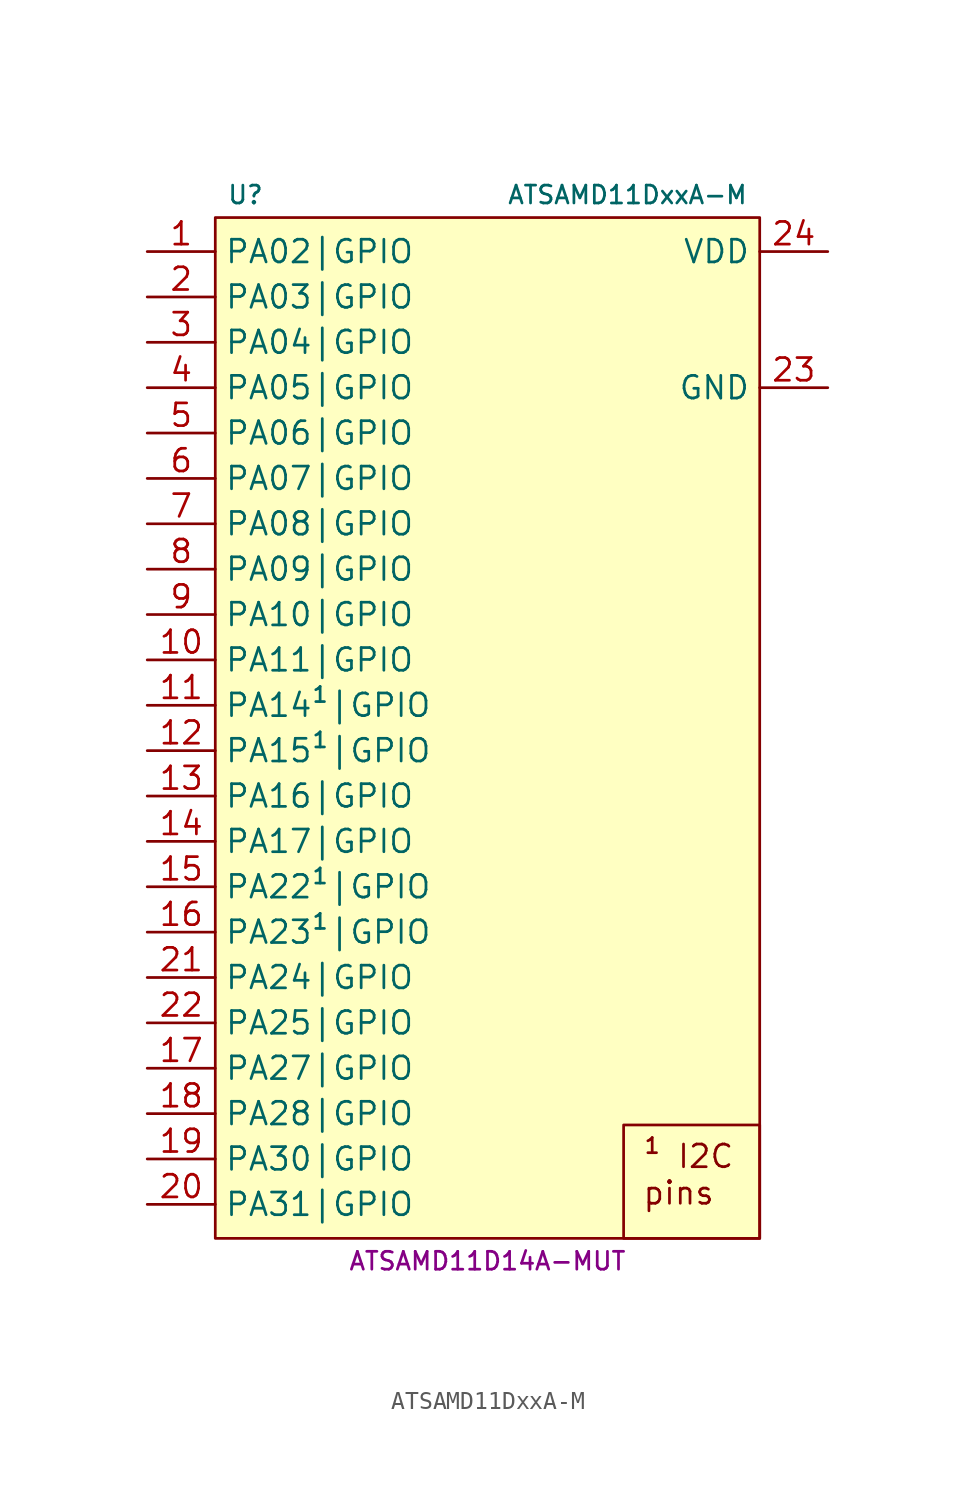
<source format=kicad_sym>
(kicad_symbol_lib
  (version 20231120)
  (generator "kicad_symbol_editor")
  (generator_version "8.0")
  (symbol "ATSAMD11DxxA-M"
    (property "Reference" "U"
      (at -14.605 28.575 0)
      (do_not_autoplace)
      (effects (font (size 1 1)) (justify left)))
    (property "Value" "ATSAMD11DxxA-M"
      (at 14.605 28.575 0)
      (do_not_autoplace)
      (effects (font (size 1 1)) (justify right)))
    (property "MPN" "ATSAMD11D14A-MUT"
      (at 0 -31.115 0)
      (do_not_autoplace)
      (effects (font (size 1 1))))
    (symbol "ATSAMD11DxxA-M_0_1"
      (rectangle (start -15.24 27.305) (end 15.24 -29.845) (stroke (width 0.152) (type default)) (fill (type background))))
    (symbol "ATSAMD11DxxA-M_1_1"
      (text_box "¹ I2C pins" (at 7.62 -23.495 0) (size 7.62 -6.35) (stroke (width 0) (type default)) (fill (type none)) (effects (font (size 1.27 1.27)) (justify left top)))
      (pin bidirectional line (at -19.05 25.4 0) (length 3.81) (name "PA02|GPIO" (effects (font (size 1.27 1.27)))) (number "1" (effects (font (size 1.27 1.27)))) (alternate "PA02|A:EXTINT.2" input line) (alternate "PA02|B:ADC.IN0" input line) (alternate "PA02|B:DAC.VOUT" output line) (alternate "PA02|B:PTC.Y0" bidirectional line))
      (pin bidirectional line (at -19.05 2.54 0) (length 3.81) (name "PA11|GPIO" (effects (font (size 1.27 1.27)))) (number "10" (effects (font (size 1.27 1.27)))) (alternate "PA11|A:EXTINT.3" input line) (alternate "PA11|B:AC.CMP1" output line) (alternate "PA11|B:ADC.IN9" input line) (alternate "PA11|B:PTC.X3" input line) (alternate "PA11|B:PTC.Y9" bidirectional line) (alternate "PA11|C1:SERCOM0.SCK" bidirectional clock) (alternate "PA11|C1:SERCOM0.XCK" bidirectional clock) (alternate "PA11|C2:SERCOM0.MO/SO" output line) (alternate "PA11|C2:SERCOM0.~{CTS}" input inverted) (alternate "PA11|C3:SERCOM0.MI/SI" input line) (alternate "PA11|C3:SERCOM0.RX" input line) (alternate "PA11|C3:SERCOM0.SCK" bidirectional clock) (alternate "PA11|C:SERCOM0.PAD3" bidirectional line) (alternate "PA11|D1:SERCOM2.SCK" bidirectional clock) (alternate "PA11|D1:SERCOM2.XCK" bidirectional clock) (alternate "PA11|D2:SERCOM2.MO/SO" output line) (alternate "PA11|D2:SERCOM2.~{CTS}" input inverted) (alternate "PA11|D3:SERCOM2.MI/SI" input line) (alternate "PA11|D3:SERCOM2.RX" input line) (alternate "PA11|D3:SERCOM2.SCK" bidirectional clock) (alternate "PA11|D:SERCOM2.PAD3" bidirectional line) (alternate "PA11|E:TC2.WO1" output line) (alternate "PA11|F:TCC0.WO3" output line) (alternate "PA11|H:GCLK.IO5" bidirectional clock))
      (pin bidirectional line (at -19.05 0 0) (length 3.81) (name "PA14¹|GPIO" (effects (font (size 1.27 1.27)))) (number "11" (effects (font (size 1.27 1.27)))) (alternate "PA14¹|A:NMI" input line) (alternate "PA14¹|B:AC.CMP0" output line) (alternate "PA14¹|B:ADC.IN6" input line) (alternate "PA14¹|B:PTC.X0" input line) (alternate "PA14¹|B:PTC.Y6" bidirectional line) (alternate "PA14¹|C0:SERCOM0.MI/SI" input line) (alternate "PA14¹|C0:SERCOM0.MO/SO" output line) (alternate "PA14¹|C0:SERCOM0.RX" input line) (alternate "PA14¹|C0:SERCOM0.TX" output line) (alternate "PA14¹|C2:SERCOM0.TX" output line) (alternate "PA14¹|C3:SERCOM0.MO/SO" output line) (alternate "PA14¹|C:SERCOM0.PAD0" bidirectional line) (alternate "PA14¹|C:SERCOM0.SDA" open_collector line) (alternate "PA14¹|D0:SERCOM2.MI/SI" input line) (alternate "PA14¹|D0:SERCOM2.MO/SO" output line) (alternate "PA14¹|D0:SERCOM2.RX" input line) (alternate "PA14¹|D0:SERCOM2.TX" output line) (alternate "PA14¹|D2:SERCOM2.TX" output line) (alternate "PA14¹|D3:SERCOM2.MO/SO" output line) (alternate "PA14¹|D:SERCOM2.PAD0" bidirectional line) (alternate "PA14¹|D:SERCOM2.SDA" open_collector line) (alternate "PA14¹|E:TC1.WO0" output line) (alternate "PA14¹|F:TCC0.WO0" output line) (alternate "PA14¹|H:GCLK.IO4" bidirectional clock))
      (pin bidirectional line (at -19.05 -2.54 0) (length 3.81) (name "PA15¹|GPIO" (effects (font (size 1.27 1.27)))) (number "12" (effects (font (size 1.27 1.27)))) (alternate "PA15¹|A:EXTINT.1" input line) (alternate "PA15¹|B:AC.CMP1" output line) (alternate "PA15¹|B:ADC.IN7" input line) (alternate "PA15¹|B:PTC.X1" input line) (alternate "PA15¹|B:PTC.Y7" bidirectional line) (alternate "PA15¹|C0:SERCOM0.SCK" bidirectional clock) (alternate "PA15¹|C0:SERCOM0.XCK" bidirectional clock) (alternate "PA15¹|C1:SERCOM0.MI/SI" input line) (alternate "PA15¹|C1:SERCOM0.RX" input line) (alternate "PA15¹|C1:SERCOM0.~{SS}" input inverted) (alternate "PA15¹|C2:SERCOM0.SCK" bidirectional clock) (alternate "PA15¹|C3:SERCOM0.~{SS}" input inverted) (alternate "PA15¹|C:SERCOM0.PAD1" bidirectional line) (alternate "PA15¹|C:SERCOM0.SCL" open_collector clock) (alternate "PA15¹|D0:SERCOM2.SCK" bidirectional clock) (alternate "PA15¹|D0:SERCOM2.XCK" bidirectional clock) (alternate "PA15¹|D1:SERCOM2.MI/SI" input line) (alternate "PA15¹|D1:SERCOM2.RX" input line) (alternate "PA15¹|D1:SERCOM2.~{SS}" input inverted) (alternate "PA15¹|D2:SERCOM2.SCK" bidirectional clock) (alternate "PA15¹|D3:SERCOM2.~{SS}" input inverted) (alternate "PA15¹|D:SERCOM2.PAD1" bidirectional line) (alternate "PA15¹|D:SERCOM2.SCL" open_collector clock) (alternate "PA15¹|E:TC1.WO1" output line) (alternate "PA15¹|F:TCC0.WO1" output line) (alternate "PA15¹|H:GCLK.IO5" bidirectional clock))
      (pin bidirectional line (at -19.05 -5.08 0) (length 3.81) (name "PA16|GPIO" (effects (font (size 1.27 1.27)))) (number "13" (effects (font (size 1.27 1.27)))) (alternate "PA16|A:EXTINT.0" input line) (alternate "PA16|B:PTC.X4" input line) (alternate "PA16|B:PTC.Y10" bidirectional line) (alternate "PA16|C0:SERCOM1.~{SS}" input inverted) (alternate "PA16|C1:SERCOM1.MO/SO" output line) (alternate "PA16|C1:SERCOM1.TX" output line) (alternate "PA16|C2:SERCOM1.MI/SI" input line) (alternate "PA16|C2:SERCOM1.RX" input line) (alternate "PA16|C2:SERCOM1.~{RTS}" output inverted) (alternate "PA16|C2:SERCOM1.~{SS}" input inverted) (alternate "PA16|C:SERCOM1.PAD2" bidirectional line) (alternate "PA16|D0:SERCOM2.~{SS}" input inverted) (alternate "PA16|D1:SERCOM2.MO/SO" output line) (alternate "PA16|D1:SERCOM2.TX" output line) (alternate "PA16|D2:SERCOM2.MI/SI" input line) (alternate "PA16|D2:SERCOM2.RX" input line) (alternate "PA16|D2:SERCOM2.~{RTS}" output inverted) (alternate "PA16|D2:SERCOM2.~{SS}" input inverted) (alternate "PA16|D:SERCOM2.PAD2" bidirectional line) (alternate "PA16|E:TC1.WO0" output line) (alternate "PA16|F:TCC0.WO6" output line) (alternate "PA16|H:GCLK.IO2" bidirectional clock))
      (pin bidirectional line (at -19.05 -7.62 0) (length 3.81) (name "PA17|GPIO" (effects (font (size 1.27 1.27)))) (number "14" (effects (font (size 1.27 1.27)))) (alternate "PA17|A:EXTINT.1" input line) (alternate "PA17|B:PTC.X5" input line) (alternate "PA17|B:PTC.Y11" bidirectional line) (alternate "PA17|C1:SERCOM1.SCK" bidirectional clock) (alternate "PA17|C1:SERCOM1.XCK" bidirectional clock) (alternate "PA17|C2:SERCOM1.MO/SO" output line) (alternate "PA17|C2:SERCOM1.~{CTS}" input inverted) (alternate "PA17|C3:SERCOM1.MI/SI" input line) (alternate "PA17|C3:SERCOM1.RX" input line) (alternate "PA17|C3:SERCOM1.SCK" bidirectional clock) (alternate "PA17|C:SERCOM1.PAD3" bidirectional line) (alternate "PA17|D1:SERCOM2.SCK" bidirectional clock) (alternate "PA17|D1:SERCOM2.XCK" bidirectional clock) (alternate "PA17|D2:SERCOM2.MO/SO" output line) (alternate "PA17|D2:SERCOM2.~{CTS}" input inverted) (alternate "PA17|D3:SERCOM2.MI/SI" input line) (alternate "PA17|D3:SERCOM2.RX" input line) (alternate "PA17|D3:SERCOM2.SCK" bidirectional clock) (alternate "PA17|D:SERCOM2.PAD3" bidirectional line) (alternate "PA17|E:TC1.WO1" output line) (alternate "PA17|F:TCC0.WO7" output line) (alternate "PA17|H:GCLK.IO3" bidirectional clock))
      (pin bidirectional line (at -19.05 -10.16 0) (length 3.81) (name "PA22¹|GPIO" (effects (font (size 1.27 1.27)))) (number "15" (effects (font (size 1.27 1.27)))) (alternate "PA22¹|A:EXTINT.6" input line) (alternate "PA22¹|B:PTC.X6" input line) (alternate "PA22¹|B:PTC.Y12" bidirectional line) (alternate "PA22¹|C0:SERCOM1.MI/SI" input line) (alternate "PA22¹|C0:SERCOM1.MO/SO" output line) (alternate "PA22¹|C0:SERCOM1.RX" input line) (alternate "PA22¹|C0:SERCOM1.TX" output line) (alternate "PA22¹|C2:SERCOM1.TX" output line) (alternate "PA22¹|C3:SERCOM1.MO/SO" output line) (alternate "PA22¹|C:SERCOM1.PAD0" bidirectional line) (alternate "PA22¹|C:SERCOM1.SDA" open_collector line) (alternate "PA22¹|D0:SERCOM2.MI/SI" input line) (alternate "PA22¹|D0:SERCOM2.MO/SO" output line) (alternate "PA22¹|D0:SERCOM2.RX" input line) (alternate "PA22¹|D0:SERCOM2.TX" output line) (alternate "PA22¹|D2:SERCOM2.TX" output line) (alternate "PA22¹|D3:SERCOM2.MO/SO" output line) (alternate "PA22¹|D:SERCOM2.PAD0" bidirectional line) (alternate "PA22¹|D:SERCOM2.SDA" open_collector line) (alternate "PA22¹|E:TC1.WO0" output line) (alternate "PA22¹|F:TCC0.WO4" output line) (alternate "PA22¹|H:GCLK.IO1" bidirectional clock))
      (pin bidirectional line (at -19.05 -12.7 0) (length 3.81) (name "PA23¹|GPIO" (effects (font (size 1.27 1.27)))) (number "16" (effects (font (size 1.27 1.27)))) (alternate "PA23¹|A:EXTINT.7" input line) (alternate "PA23¹|B:PTC.X7" input line) (alternate "PA23¹|B:PTC.Y13" bidirectional line) (alternate "PA23¹|C0:SERCOM1.SCK" bidirectional clock) (alternate "PA23¹|C0:SERCOM1.XCK" bidirectional clock) (alternate "PA23¹|C1:SERCOM1.MI/SI" input line) (alternate "PA23¹|C1:SERCOM1.RX" input line) (alternate "PA23¹|C1:SERCOM1.~{SS}" input inverted) (alternate "PA23¹|C2:SERCOM1.SCK" bidirectional clock) (alternate "PA23¹|C3:SERCOM1.~{SS}" input inverted) (alternate "PA23¹|C:SERCOM1.PAD1" bidirectional line) (alternate "PA23¹|C:SERCOM1.SCL" open_collector clock) (alternate "PA23¹|D0:SERCOM2.SCK" bidirectional clock) (alternate "PA23¹|D0:SERCOM2.XCK" bidirectional clock) (alternate "PA23¹|D1:SERCOM2.MI/SI" input line) (alternate "PA23¹|D1:SERCOM2.RX" input line) (alternate "PA23¹|D1:SERCOM2.~{SS}" input inverted) (alternate "PA23¹|D2:SERCOM2.SCK" bidirectional clock) (alternate "PA23¹|D3:SERCOM2.~{SS}" input inverted) (alternate "PA23¹|D:SERCOM2.PAD1" bidirectional line) (alternate "PA23¹|D:SERCOM2.SCL" open_collector clock) (alternate "PA23¹|E:TC1.WO1" output line) (alternate "PA23¹|F:TCC0.WO5" output line) (alternate "PA23¹|G:USB.SOF" output clock) (alternate "PA23¹|H:GCLK.IO2" bidirectional clock))
      (pin bidirectional line (at -19.05 -20.32 0) (length 3.81) (name "PA27|GPIO" (effects (font (size 1.27 1.27)))) (number "17" (effects (font (size 1.27 1.27)))) (alternate "PA27|A:EXTINT.7" input line) (alternate "PA27|B:PTC.X10" input line) (alternate "PA27|H:GCLK.IO0" bidirectional clock))
      (pin bidirectional line (at -19.05 -22.86 0) (length 3.81) (name "PA28|GPIO" (effects (font (size 1.27 1.27)))) (number "18" (effects (font (size 1.27 1.27)))) (alternate "~{RST}" input inverted))
      (pin bidirectional line (at -19.05 -25.4 0) (length 3.81) (name "PA30|GPIO" (effects (font (size 1.27 1.27)))) (number "19" (effects (font (size 1.27 1.27)))) (alternate "PA30|A:EXTINT.2" input line) (alternate "PA30|C0:SERCOM1.MI/SI" input line) (alternate "PA30|C0:SERCOM1.MO/SO" output line) (alternate "PA30|C0:SERCOM1.RX" input line) (alternate "PA30|C0:SERCOM1.TX" output line) (alternate "PA30|C0:SERCOM1.~{RTS}" output inverted) (alternate "PA30|C2:SERCOM1.TX" output line) (alternate "PA30|C3:SERCOM1.MO/SO" output line) (alternate "PA30|C:SERCOM1.PAD0" bidirectional line) (alternate "PA30|D0:SERCOM1.~{SS}" input inverted) (alternate "PA30|D1:SERCOM1.MO/SO" output line) (alternate "PA30|D1:SERCOM1.TX" output line) (alternate "PA30|D2:SERCOM1.MI/SI" input line) (alternate "PA30|D2:SERCOM1.RX" input line) (alternate "PA30|D2:SERCOM1.~{SS}" input inverted) (alternate "PA30|D:SERCOM1.PAD2" bidirectional line) (alternate "PA30|E:TC2.WO0" output line) (alternate "PA30|F:TCC0.WO2" output line) (alternate "PA30|G:SWCLK" input clock) (alternate "PA30|H:GCLK.IO0" bidirectional clock))
      (pin bidirectional line (at -19.05 22.86 0) (length 3.81) (name "PA03|GPIO" (effects (font (size 1.27 1.27)))) (number "2" (effects (font (size 1.27 1.27)))) (alternate "PA03|A:EXTINT.3" input line) (alternate "PA03|B:ADC.IN1" input line) (alternate "PA03|B:ADC.VREFA" input line) (alternate "PA03|B:DAC.VREFA" input line) (alternate "PA03|B:PTC.Y1" bidirectional line))
      (pin bidirectional line (at -19.05 -27.94 0) (length 3.81) (name "PA31|GPIO" (effects (font (size 1.27 1.27)))) (number "20" (effects (font (size 1.27 1.27)))) (alternate "PA31|A:EXTINT.3" input line) (alternate "PA31|C0:SERCOM1.SCK" bidirectional clock) (alternate "PA31|C0:SERCOM1.XCK" bidirectional clock) (alternate "PA31|C1:SERCOM1.MI/SI" input line) (alternate "PA31|C1:SERCOM1.RX" input line) (alternate "PA31|C1:SERCOM1.~{SS}" input inverted) (alternate "PA31|C2:SERCOM1.SCK" bidirectional clock) (alternate "PA31|C3:SERCOM1.~{SS}" input inverted) (alternate "PA31|C:SERCOM1.PAD1" bidirectional line) (alternate "PA31|D1:SERCOM1.SCK" bidirectional clock) (alternate "PA31|D1:SERCOM1.XCK" bidirectional clock) (alternate "PA31|D2:SERCOM1.~{CTS}" input inverted) (alternate "PA31|D3:SERCOM1.MI/SI" input line) (alternate "PA31|D3:SERCOM1.MO/SO" output line) (alternate "PA31|D3:SERCOM1.RX" input line) (alternate "PA31|D3:SERCOM1.SCK" bidirectional clock) (alternate "PA31|D:SERCOM1.PAD3" bidirectional line) (alternate "PA31|E:TC2.WO1" output line) (alternate "PA31|F:TCC0.WO3" output line) (alternate "PA31|G:SWDIO" bidirectional line) (alternate "PA31|H:GCLK.IO0" bidirectional clock))
      (pin bidirectional line (at -19.05 -15.24 0) (length 3.81) (name "PA24|GPIO" (effects (font (size 1.27 1.27)))) (number "21" (effects (font (size 1.27 1.27)))) (alternate "PA24|A:EXTINT.4" input line) (alternate "PA24|B:PTC.X8" input line) (alternate "PA24|B:PTC.Y14" bidirectional line) (alternate "PA24|C0:SERCOM1.~{SS}" input inverted) (alternate "PA24|C1:SERCOM1.MO/SO" output line) (alternate "PA24|C1:SERCOM1.TX" output line) (alternate "PA24|C2:SERCOM1.MI/SI" input line) (alternate "PA24|C2:SERCOM1.RX" input line) (alternate "PA24|C2:SERCOM1.~{RTS}" output inverted) (alternate "PA24|C2:SERCOM1.~{SS}" input inverted) (alternate "PA24|C:SERCOM1.PAD2" bidirectional line) (alternate "PA24|D0:SERCOM2.~{SS}" input inverted) (alternate "PA24|D1:SERCOM2.MO/SO" output line) (alternate "PA24|D1:SERCOM2.TX" output line) (alternate "PA24|D2:SERCOM2.MI/SI" input line) (alternate "PA24|D2:SERCOM2.RX" input line) (alternate "PA24|D2:SERCOM2.~{RTS}" output inverted) (alternate "PA24|D2:SERCOM2.~{SS}" input inverted) (alternate "PA24|D:SERCOM2.PAD2" bidirectional line) (alternate "PA24|E:TCC0.WO2" output line) (alternate "PA24|F:TCC0.WO4" output line) (alternate "PA24|G:USB.D-" bidirectional inverted) (alternate "PA24|H:GCLK.IO0" bidirectional clock))
      (pin bidirectional line (at -19.05 -17.78 0) (length 3.81) (name "PA25|GPIO" (effects (font (size 1.27 1.27)))) (number "22" (effects (font (size 1.27 1.27)))) (alternate "PA25|A:EXTINT.5" input line) (alternate "PA25|B:PTC.X9" input line) (alternate "PA25|B:PTC.Y15" bidirectional line) (alternate "PA25|C1:SERCOM1.SCK" bidirectional clock) (alternate "PA25|C1:SERCOM1.XCK" bidirectional clock) (alternate "PA25|C2:SERCOM1.MO/SO" output line) (alternate "PA25|C2:SERCOM1.~{CTS}" input inverted) (alternate "PA25|C3:SERCOM1.MI/SI" input line) (alternate "PA25|C3:SERCOM1.RX" input line) (alternate "PA25|C3:SERCOM1.SCK" bidirectional clock) (alternate "PA25|C:SERCOM1.PAD3" bidirectional line) (alternate "PA25|D1:SERCOM2.SCK" bidirectional clock) (alternate "PA25|D1:SERCOM2.XCK" bidirectional clock) (alternate "PA25|D2:SERCOM2.MO/SO" output line) (alternate "PA25|D2:SERCOM2.~{CTS}" input inverted) (alternate "PA25|D3:SERCOM2.MI/SI" input line) (alternate "PA25|D3:SERCOM2.RX" input line) (alternate "PA25|D3:SERCOM2.SCK" bidirectional clock) (alternate "PA25|D:SERCOM2.PAD3" bidirectional line) (alternate "PA25|E:TCC0.WO3" output line) (alternate "PA25|G:USB.D+" bidirectional line) (alternate "PA25|H:GCLK.IO0" bidirectional clock))
      (pin power_in line (at 19.05 17.78 180) (length 3.81) (name "GND" (effects (font (size 1.27 1.27)))) (number "23" (effects (font (size 1.27 1.27)))))
      (pin power_in line (at 19.05 25.4 180) (length 3.81) (name "VDD" (effects (font (size 1.27 1.27)))) (number "24" (effects (font (size 1.27 1.27)))))
      (pin bidirectional line (at -19.05 20.32 0) (length 3.81) (name "PA04|GPIO" (effects (font (size 1.27 1.27)))) (number "3" (effects (font (size 1.27 1.27)))) (alternate "PA04|A:EXTINT.4" input line) (alternate "PA04|B:AC.IN0" input line) (alternate "PA04|B:ADC.IN2" input line) (alternate "PA04|B:ADC.VREFB" input line) (alternate "PA04|B:PTC.Y2" bidirectional line) (alternate "PA04|C0:SERCOM0.~{SS}" input inverted) (alternate "PA04|C1:SERCOM0.MO/SO" output line) (alternate "PA04|C1:SERCOM0.TX" output line) (alternate "PA04|C2:SERCOM0.MI/SI" input line) (alternate "PA04|C2:SERCOM0.RX" input line) (alternate "PA04|C2:SERCOM0.~{RTS}" output inverted) (alternate "PA04|C2:SERCOM0.~{SS}" input inverted) (alternate "PA04|C:SERCOM0.PAD2" bidirectional line) (alternate "PA04|D0:SERCOM0.MI/SI" input line) (alternate "PA04|D0:SERCOM0.MO/SO" output line) (alternate "PA04|D0:SERCOM0.RX" input line) (alternate "PA04|D0:SERCOM0.TX" output line) (alternate "PA04|D2:SERCOM0.TX" output line) (alternate "PA04|D3:SERCOM0.MO/SO" output line) (alternate "PA04|D:SERCOM0.PAD0" bidirectional line) (alternate "PA04|E:TC1.WO0" output line) (alternate "PA04|F:TCC0.WO0" output line))
      (pin bidirectional line (at -19.05 17.78 0) (length 3.81) (name "PA05|GPIO" (effects (font (size 1.27 1.27)))) (number "4" (effects (font (size 1.27 1.27)))) (alternate "PA05|A:EXTINT.5" input line) (alternate "PA05|B:AC.IN1" input line) (alternate "PA05|B:ADC.IN3" input line) (alternate "PA05|B:PTC.Y3" bidirectional line) (alternate "PA05|C1:SERCOM0.SCK" bidirectional clock) (alternate "PA05|C1:SERCOM0.XCK" bidirectional clock) (alternate "PA05|C2:SERCOM0.MO/SO" output line) (alternate "PA05|C2:SERCOM0.~{CTS}" input inverted) (alternate "PA05|C3:SERCOM0.MI/SI" input line) (alternate "PA05|C3:SERCOM0.RX" input line) (alternate "PA05|C3:SERCOM0.SCK" bidirectional clock) (alternate "PA05|C:SERCOM0.PAD3" bidirectional line) (alternate "PA05|D0:SERCOM0.SCK" bidirectional clock) (alternate "PA05|D0:SERCOM0.XCK" bidirectional clock) (alternate "PA05|D1:SERCOM0.MI/SI" input line) (alternate "PA05|D1:SERCOM0.RX" input line) (alternate "PA05|D1:SERCOM0.~{SS}" input inverted) (alternate "PA05|D2:SERCOM0.SCK" bidirectional clock) (alternate "PA05|D3:SERCOM0.~{SS}" input inverted) (alternate "PA05|D:SERCOM0.PAD1" bidirectional line) (alternate "PA05|E:TC1.WO1" output line) (alternate "PA05|F:TCC0.WO1" output line))
      (pin bidirectional line (at -19.05 15.24 0) (length 3.81) (name "PA06|GPIO" (effects (font (size 1.27 1.27)))) (number "5" (effects (font (size 1.27 1.27)))) (alternate "PA06|A:EXTINT.6" input line) (alternate "PA06|B:AC.IN2" input line) (alternate "PA06|B:ADC.IN4" input line) (alternate "PA06|B:PTC.Y4" bidirectional line) (alternate "PA06|C0:SERCOM0.MI/SI" input line) (alternate "PA06|C0:SERCOM0.MO/SO" output line) (alternate "PA06|C0:SERCOM0.RX" input line) (alternate "PA06|C0:SERCOM0.TX" output line) (alternate "PA06|C2:SERCOM0.TX" output line) (alternate "PA06|C3:SERCOM0.MO/SO" output line) (alternate "PA06|C:SERCOM0.PAD0" bidirectional line) (alternate "PA06|D0:SERCOM0.~{SS}" input inverted) (alternate "PA06|D1:SERCOM0.MO/SO" output line) (alternate "PA06|D1:SERCOM0.TX" output line) (alternate "PA06|D2:SERCOM0.MI/SI" input line) (alternate "PA06|D2:SERCOM0.RX" input line) (alternate "PA06|D2:SERCOM0.~{RTS}" output inverted) (alternate "PA06|D2:SERCOM0.~{SS}" input inverted) (alternate "PA06|D:SERCOM0.PAD2" bidirectional line) (alternate "PA06|E:TC2.WO0" output line) (alternate "PA06|F:TCC0.WO2" output line))
      (pin bidirectional line (at -19.05 12.7 0) (length 3.81) (name "PA07|GPIO" (effects (font (size 1.27 1.27)))) (number "6" (effects (font (size 1.27 1.27)))) (alternate "PA07|A:EXTINT.7" input line) (alternate "PA07|B:AC.IN3" input line) (alternate "PA07|B:ADC.IN5" input line) (alternate "PA07|B:PTC.Y5" bidirectional line) (alternate "PA07|C0:SERCOM0.SCK" bidirectional clock) (alternate "PA07|C0:SERCOM0.XCK" bidirectional clock) (alternate "PA07|C1:SERCOM0.MI/SI" input line) (alternate "PA07|C1:SERCOM0.RX" input line) (alternate "PA07|C1:SERCOM0.~{SS}" input inverted) (alternate "PA07|C2:SERCOM0.SCK" bidirectional clock) (alternate "PA07|C2:SERCOM0.~{SS}" input inverted) (alternate "PA07|C:SERCOM0.PAD1" bidirectional line) (alternate "PA07|D1:SERCOM0.SCK" bidirectional clock) (alternate "PA07|D1:SERCOM0.XCK" bidirectional clock) (alternate "PA07|D2:SERCOM0.MO/SO" output line) (alternate "PA07|D2:SERCOM0.~{CTS}" input inverted) (alternate "PA07|D3:SERCOM0.MI/SI" input line) (alternate "PA07|D3:SERCOM0.RX" input line) (alternate "PA07|D3:SERCOM0.SCK" bidirectional clock) (alternate "PA07|D:SERCOM0.PAD3" bidirectional line) (alternate "PA07|E:TC2.WO1" output line) (alternate "PA07|F:TCC0.WO3" output line))
      (pin bidirectional line (at -19.05 10.16 0) (length 3.81) (name "PA08|GPIO" (effects (font (size 1.27 1.27)))) (number "7" (effects (font (size 1.27 1.27)))) (alternate "PA08|A:EXTINT.6" input line) (alternate "PA08|C0:SERCOM1.~{SS}" input inverted) (alternate "PA08|C1:SERCOM1.MO/SO" output line) (alternate "PA08|C1:SERCOM1.TX" output line) (alternate "PA08|C2:SERCOM1.MI/SI" input line) (alternate "PA08|C2:SERCOM1.RX" input line) (alternate "PA08|C2:SERCOM1.~{RTS}" output inverted) (alternate "PA08|C2:SERCOM1.~{SS}" input inverted) (alternate "PA08|C:SERCOM1.PAD2" bidirectional line) (alternate "PA08|D0:SERCOM0.~{SS}" input inverted) (alternate "PA08|D1:SERCOM0.MO/SO" output line) (alternate "PA08|D1:SERCOM0.TX" output line) (alternate "PA08|D2:SERCOM0.MI/SI" input line) (alternate "PA08|D2:SERCOM0.RX" input line) (alternate "PA08|D2:SERCOM0.~{RTS}" output inverted) (alternate "PA08|D2:SERCOM0.~{SS}" input inverted) (alternate "PA08|D:SERCOM0.PAD2" bidirectional line) (alternate "PA08|E:TCC0.WO2" output line) (alternate "PA08|F:TCC0.WO4" output line) (alternate "PA08|H:GCLK.IO0" bidirectional clock) (alternate "PA08|XIN" input clock) (alternate "PA08|XIN32" input clock))
      (pin bidirectional line (at -19.05 7.62 0) (length 3.81) (name "PA09|GPIO" (effects (font (size 1.27 1.27)))) (number "8" (effects (font (size 1.27 1.27)))) (alternate "PA09|A:EXTINT.7" input line) (alternate "PA09|C1:SERCOM1.SCK" bidirectional clock) (alternate "PA09|C1:SERCOM1.XCK" bidirectional clock) (alternate "PA09|C2:SERCOM1.MO/SO" output line) (alternate "PA09|C2:SERCOM1.~{CTS}" input inverted) (alternate "PA09|C3:SERCOM1.MI/SI" input line) (alternate "PA09|C3:SERCOM1.RX" input line) (alternate "PA09|C3:SERCOM1.SCK" bidirectional clock) (alternate "PA09|C:SERCOM1.PAD3" bidirectional line) (alternate "PA09|D1:SERCOM0.SCK" bidirectional clock) (alternate "PA09|D1:SERCOM0.XCK" bidirectional clock) (alternate "PA09|D2:SERCOM0.MO/SO" output line) (alternate "PA09|D2:SERCOM0.~{CTS}" input inverted) (alternate "PA09|D3:SERCOM0.MI/SI" input line) (alternate "PA09|D3:SERCOM0.RX" input line) (alternate "PA09|D3:SERCOM0.SCK" bidirectional clock) (alternate "PA09|D:SERCOM0.PAD3" bidirectional line) (alternate "PA09|E:TCC0.WO3" output line) (alternate "PA09|F:TCC0.WO5" output line) (alternate "PA09|H:GCLK.IO1" bidirectional clock) (alternate "PA09|XOUT" output clock) (alternate "PA09|XOUT32" output clock))
      (pin bidirectional line (at -19.05 5.08 0) (length 3.81) (name "PA10|GPIO" (effects (font (size 1.27 1.27)))) (number "9" (effects (font (size 1.27 1.27)))) (alternate "PA10|A:EXTINT.2" input line) (alternate "PA10|B:AC.CMP0" output line) (alternate "PA10|B:ADC.IN8" input line) (alternate "PA10|B:PTC.X2" input line) (alternate "PA10|B:PTC.Y8" bidirectional line) (alternate "PA10|C0:SERCOM0.~{SS}" bidirectional inverted) (alternate "PA10|C1:SERCOM0.MO/SO" output line) (alternate "PA10|C1:SERCOM0.TX" output line) (alternate "PA10|C2:SERCOM0.MI/SI" input line) (alternate "PA10|C2:SERCOM0.RX" input line) (alternate "PA10|C2:SERCOM0.~{RTS}" output inverted) (alternate "PA10|C2:SERCOM0.~{SS}" bidirectional inverted) (alternate "PA10|C:SERCOM0.PAD2" bidirectional line) (alternate "PA10|D0:SERCOM2.~{SS}" bidirectional inverted) (alternate "PA10|D1:SERCOM2.MO/SO" output line) (alternate "PA10|D1:SERCOM2.TX" output line) (alternate "PA10|D2:SERCOM2.MI/SI" input line) (alternate "PA10|D2:SERCOM2.RX" input line) (alternate "PA10|D2:SERCOM2.~{RTS}" output inverted) (alternate "PA10|D2:SERCOM2.~{SS}" bidirectional inverted) (alternate "PA10|D:SERCOM2.PAD2" bidirectional line) (alternate "PA10|E:TC2.WO0" output line) (alternate "PA10|F:TCC0.WO2" output line) (alternate "PA10|H:GCLK.IO4" bidirectional clock)))))
</source>
